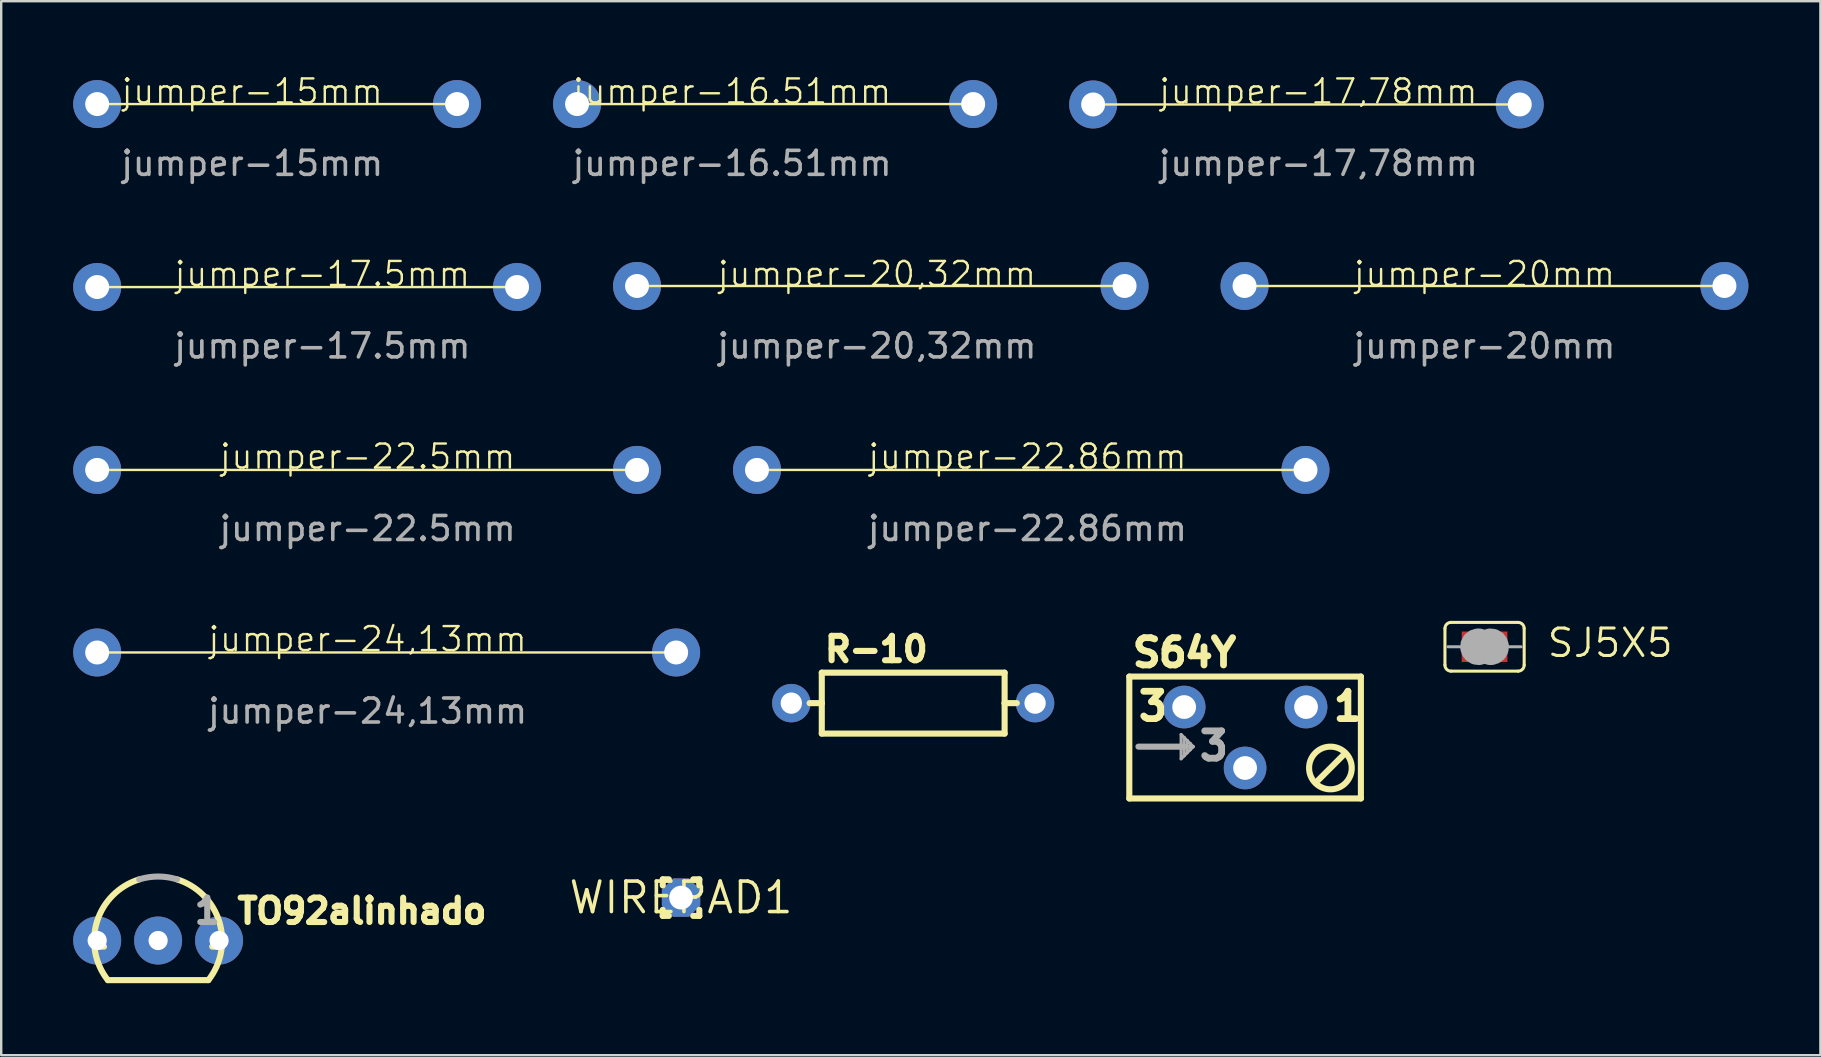
<source format=kicad_pcb>
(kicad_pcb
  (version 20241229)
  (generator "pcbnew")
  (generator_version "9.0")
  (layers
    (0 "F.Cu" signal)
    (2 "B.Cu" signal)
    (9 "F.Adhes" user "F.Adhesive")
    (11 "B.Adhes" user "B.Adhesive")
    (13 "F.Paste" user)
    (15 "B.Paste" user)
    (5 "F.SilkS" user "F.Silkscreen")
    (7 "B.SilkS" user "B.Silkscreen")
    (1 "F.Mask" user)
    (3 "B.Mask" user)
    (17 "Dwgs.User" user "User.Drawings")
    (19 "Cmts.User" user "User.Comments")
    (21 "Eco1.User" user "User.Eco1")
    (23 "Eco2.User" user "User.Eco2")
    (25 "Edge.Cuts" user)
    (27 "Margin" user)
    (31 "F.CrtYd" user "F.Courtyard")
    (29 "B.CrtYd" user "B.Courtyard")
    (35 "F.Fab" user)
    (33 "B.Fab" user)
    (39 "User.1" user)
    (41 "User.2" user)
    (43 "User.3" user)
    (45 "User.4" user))
  (footprint "jumper-24,13mm"
    (layer "F.Cu")
    (at 1 24.144)
    (property "Reference" "jumper-24,13mm" (at 11.272 -0.557 0) (unlocked yes) (layer "F.SilkS") (effects (font (size 1 1) (thickness 0.1))))
    (attr smd)
    (fp_line (start 0 0) (end 24.13 0) (stroke (width 0.1) (type default)) (layer "F.SilkS"))
    (fp_text user "${REFERENCE}" (at 11.272 2.443 0) (unlocked yes) (layer "F.Fab") (effects (font (size 1 1) (thickness 0.15))))
    (pad "1" thru_hole circle (at 0 0) (size 2 2) (drill 1) (layers "*.Cu" "*.Mask"))
    (pad "1" thru_hole circle (at 24.13 0) (size 2 2) (drill 1) (layers "*.Cu" "*.Mask")))
  (footprint "jumper-22.5mm"
    (layer "F.Cu")
    (at 1 16.535)
    (property "Reference" "jumper-22.5mm" (at 11.272 -0.557 0) (unlocked yes) (layer "F.SilkS") (effects (font (size 1 1) (thickness 0.1))))
    (attr smd)
    (fp_line (start 0 0) (end 22.5 0) (stroke (width 0.1) (type default)) (layer "F.SilkS"))
    (fp_text user "${REFERENCE}" (at 11.272 2.443 0) (unlocked yes) (layer "F.Fab") (effects (font (size 1 1) (thickness 0.15))))
    (pad "1" thru_hole circle (at 0 0) (size 2 2) (drill 1) (layers "*.Cu" "*.Mask"))
    (pad "1" thru_hole circle (at 22.5 0) (size 2 2) (drill 1) (layers "*.Cu" "*.Mask")))
  (footprint "jumper-22.86mm"
    (layer "F.Cu")
    (at 28.5 16.535)
    (property "Reference" "jumper-22.86mm" (at 11.272 -0.557 0) (unlocked yes) (layer "F.SilkS") (effects (font (size 1 1) (thickness 0.1))))
    (attr smd)
    (fp_line (start 0 0) (end 22.5 0) (stroke (width 0.1) (type default)) (layer "F.SilkS"))
    (fp_text user "${REFERENCE}" (at 11.272 2.443 0) (unlocked yes) (layer "F.Fab") (effects (font (size 1 1) (thickness 0.15))))
    (pad "1" thru_hole circle (at 0 0) (size 2 2) (drill 1) (layers "*.Cu" "*.Mask"))
    (pad "1" thru_hole circle (at 22.86 0) (size 2 2) (drill 1) (layers "*.Cu" "*.Mask")))
  (footprint "jumper-15mm"
    (layer "F.Cu")
    (at 1 1.287)
    (property "Reference" "jumper-15mm" (at 6.463 -0.527 0) (unlocked yes) (layer "F.SilkS") (effects (font (size 1 1) (thickness 0.1))))
    (attr smd)
    (fp_line (start 0 0) (end 15 0) (stroke (width 0.1) (type default)) (layer "F.SilkS"))
    (fp_text user "${REFERENCE}" (at 6.463 2.473 0) (unlocked yes) (layer "F.Fab") (effects (font (size 1 1) (thickness 0.15))))
    (pad "1" thru_hole circle (at 0 0) (size 2 2) (drill 1) (layers "*.Cu" "*.Mask"))
    (pad "1" thru_hole circle (at 15 0) (size 2 2) (drill 1) (layers "*.Cu" "*.Mask")))
  (footprint "S64Y"
    (layer "F.Cu")
    (at 48.843 27.688)
    (property "Reference" "S64Y" (at -4.826 -2.87 0) (layer "F.SilkS") (effects (font (size 1.138 1.138) (thickness 0.284)) (justify left bottom)))
    (fp_line (start -4.826 2.54) (end -4.826 -2.54) (stroke (width 0.254) (type solid)) (layer "F.SilkS"))
    (fp_line (start -4.826 2.54) (end 4.826 2.54) (stroke (width 0.254) (type solid)) (layer "F.SilkS"))
    (fp_line (start 4.064 0.762) (end 3.048 1.778) (stroke (width 0.254) (type solid)) (layer "F.SilkS"))
    (fp_line (start 4.826 -2.54) (end -4.826 -2.54) (stroke (width 0.254) (type solid)) (layer "F.SilkS"))
    (fp_line (start 4.826 -2.54) (end 4.826 2.54) (stroke (width 0.254) (type solid)) (layer "F.SilkS"))
    (fp_circle (center 3.556 1.27) (end 4.445 1.27) (stroke (width 0.254) (type solid)) (fill no) (layer "F.SilkS"))
    (fp_line (start -4.445 0.381) (end -2.54 0.381) (stroke (width 0.254) (type solid)) (layer "F.Fab"))
    (fp_line (start -2.667 -0.127) (end -2.667 0.889) (stroke (width 0.127) (type solid)) (layer "F.Fab"))
    (fp_line (start -2.667 0.889) (end -2.54 0.762) (stroke (width 0.127) (type solid)) (layer "F.Fab"))
    (fp_line (start -2.54 0) (end -2.667 -0.127) (stroke (width 0.127) (type solid)) (layer "F.Fab"))
    (fp_line (start -2.54 0.381) (end -2.54 0) (stroke (width 0.127) (type solid)) (layer "F.Fab"))
    (fp_line (start -2.54 0.762) (end -2.54 0.381) (stroke (width 0.127) (type solid)) (layer "F.Fab"))
    (fp_line (start -2.413 0.127) (end -2.54 0) (stroke (width 0.127) (type solid)) (layer "F.Fab"))
    (fp_line (start -2.413 0.635) (end -2.54 0.762) (stroke (width 0.127) (type solid)) (layer "F.Fab"))
    (fp_line (start -2.413 0.635) (end -2.413 0.127) (stroke (width 0.127) (type solid)) (layer "F.Fab"))
    (fp_line (start -2.286 0.254) (end -2.413 0.127) (stroke (width 0.127) (type solid)) (layer "F.Fab"))
    (fp_line (start -2.286 0.508) (end -2.413 0.635) (stroke (width 0.127) (type solid)) (layer "F.Fab"))
    (fp_line (start -2.286 0.508) (end -2.286 0.254) (stroke (width 0.127) (type solid)) (layer "F.Fab"))
    (fp_line (start -2.159 0.381) (end -2.54 0.381) (stroke (width 0.127) (type solid)) (layer "F.Fab"))
    (fp_line (start -2.159 0.381) (end -2.286 0.254) (stroke (width 0.127) (type solid)) (layer "F.Fab"))
    (fp_line (start -2.159 0.381) (end -2.286 0.508) (stroke (width 0.127) (type solid)) (layer "F.Fab"))
    (fp_text user "3" (at -4.572 -0.635 0) (layer "F.SilkS") (effects (font (size 1.138 1.138) (thickness 0.284)) (justify left bottom)))
    (fp_text user "1" (at 3.556 -0.635 0) (layer "F.SilkS") (effects (font (size 1.138 1.138) (thickness 0.284)) (justify left bottom)))
    (fp_text user "3" (at -2.032 1.016 0) (layer "F.Fab") (effects (font (size 1.138 1.138) (thickness 0.284)) (justify left bottom)))
    (pad "1" thru_hole circle (at 2.54 -1.27) (size 1.778 1.778) (drill 0.991) (layers "*.Cu" "*.Mask"))
    (pad "2" thru_hole circle (at 0 1.27) (size 1.778 1.778) (drill 0.991) (layers "*.Cu" "*.Mask"))
    (pad "3" thru_hole circle (at -2.54 -1.27) (size 1.778 1.778) (drill 0.991) (layers "*.Cu" "*.Mask")))
  (footprint "WIREPAD1"
    (layer "F.Cu")
    (at 25.334 34.361)
    (property "Reference" "WIREPAD1" (at 0 0 0) (layer "F.SilkS") (effects (font (size 1.27 1.27) (thickness 0.15))))
    (fp_line (start -0.762 -0.762) (end -0.762 -0.508) (stroke (width 0.254) (type solid)) (layer "F.SilkS"))
    (fp_line (start -0.762 -0.762) (end -0.508 -0.762) (stroke (width 0.254) (type solid)) (layer "F.SilkS"))
    (fp_line (start -0.762 0.762) (end -0.762 0.508) (stroke (width 0.254) (type solid)) (layer "F.SilkS"))
    (fp_line (start -0.508 0.762) (end -0.762 0.762) (stroke (width 0.254) (type solid)) (layer "F.SilkS"))
    (fp_line (start 0.762 -0.762) (end 0.508 -0.762) (stroke (width 0.254) (type solid)) (layer "F.SilkS"))
    (fp_line (start 0.762 -0.762) (end 0.762 -0.508) (stroke (width 0.254) (type solid)) (layer "F.SilkS"))
    (fp_line (start 0.762 0.508) (end 0.762 0.762) (stroke (width 0.254) (type solid)) (layer "F.SilkS"))
    (fp_line (start 0.762 0.762) (end 0.508 0.762) (stroke (width 0.254) (type solid)) (layer "F.SilkS"))
    (pad "1" thru_hole roundrect (at 0 0) (size 1.6 1.6) (drill 0.991) (layers "*.Cu" "*.Mask") (roundrect_rratio 0.25) (chamfer_ratio 0.293) (chamfer top_left top_right bottom_left bottom_right)))
  (footprint "R-10"
    (layer "F.Cu")
    (at 35.01 26.255)
    (property "Reference" "R-10" (at -3.81 -1.651 0) (layer "F.SilkS") (effects (font (size 1.016 1.016) (thickness 0.254)) (justify left bottom)))
    (fp_line (start -3.81 -1.27) (end -3.81 0) (stroke (width 0.254) (type solid)) (layer "F.SilkS"))
    (fp_line (start -3.81 0) (end -4.318 0) (stroke (width 0.254) (type solid)) (layer "F.SilkS"))
    (fp_line (start -3.81 0) (end -3.81 1.27) (stroke (width 0.254) (type solid)) (layer "F.SilkS"))
    (fp_line (start -3.81 1.27) (end 3.81 1.27) (stroke (width 0.254) (type solid)) (layer "F.SilkS"))
    (fp_line (start 3.81 -1.27) (end -3.81 -1.27) (stroke (width 0.254) (type solid)) (layer "F.SilkS"))
    (fp_line (start 3.81 0) (end 3.81 -1.27) (stroke (width 0.254) (type solid)) (layer "F.SilkS"))
    (fp_line (start 3.81 0) (end 4.318 0) (stroke (width 0.254) (type solid)) (layer "F.SilkS"))
    (fp_line (start 3.81 1.27) (end 3.81 0) (stroke (width 0.254) (type solid)) (layer "F.SilkS"))
    (pad "1" thru_hole circle (at -5.08 0) (size 1.6 1.6) (drill 0.889) (layers "*.Cu" "*.Mask"))
    (pad "2" thru_hole circle (at 5.08 0) (size 1.6 1.6) (drill 0.889) (layers "*.Cu" "*.Mask")))
  (footprint "jumper-17.5mm"
    (layer "F.Cu")
    (at 1 8.913)
    (property "Reference" "jumper-17.5mm" (at 9.386 -0.544 0) (unlocked yes) (layer "F.SilkS") (effects (font (size 1 1) (thickness 0.1))))
    (attr smd)
    (fp_line (start 0 0) (end 17.5 0) (stroke (width 0.1) (type default)) (layer "F.SilkS"))
    (fp_text user "${REFERENCE}" (at 9.386 2.456 0) (unlocked yes) (layer "F.Fab") (effects (font (size 1 1) (thickness 0.15))))
    (pad "1" thru_hole circle (at 0 0) (size 2 2) (drill 1) (layers "*.Cu" "*.Mask"))
    (pad "1" thru_hole circle (at 17.5 0) (size 2 2) (drill 1) (layers "*.Cu" "*.Mask")))
  (footprint "jumper-16.51mm"
    (layer "F.Cu")
    (at 21 1.287)
    (property "Reference" "jumper-16.51mm" (at 6.463 -0.527 0) (unlocked yes) (layer "F.SilkS") (effects (font (size 1 1) (thickness 0.1))))
    (attr smd)
    (fp_line (start 0 0) (end 16.51 0) (stroke (width 0.1) (type default)) (layer "F.SilkS"))
    (fp_text user "${REFERENCE}" (at 6.463 2.473 0) (unlocked yes) (layer "F.Fab") (effects (font (size 1 1) (thickness 0.15))))
    (pad "1" thru_hole circle (at 0 0) (size 2 2) (drill 1) (layers "*.Cu" "*.Mask"))
    (pad "1" thru_hole circle (at 16.51 0) (size 2 2) (drill 1) (layers "*.Cu" "*.Mask")))
  (footprint "jumper-17,78mm"
    (layer "F.Cu")
    (at 42.51 1.304)
    (property "Reference" "jumper-17,78mm" (at 9.386 -0.544 0) (unlocked yes) (layer "F.SilkS") (effects (font (size 1 1) (thickness 0.1))))
    (attr smd)
    (fp_line (start 0 0) (end 17.5 0) (stroke (width 0.1) (type default)) (layer "F.SilkS"))
    (fp_text user "${REFERENCE}" (at 9.386 2.456 0) (unlocked yes) (layer "F.Fab") (effects (font (size 1 1) (thickness 0.15))))
    (pad "1" thru_hole circle (at 0 0) (size 2 2) (drill 1) (layers "*.Cu" "*.Mask"))
    (pad "1" thru_hole circle (at 17.78 0) (size 2 2) (drill 1) (layers "*.Cu" "*.Mask")))
  (footprint "SJ5X5"
    (layer "F.Cu")
    (at 58.823 23.906)
    (property "Reference" "SJ5X5" (at 2.54 0.508 0) (layer "F.SilkS") (effects (font (size 1.143 1.143) (thickness 0.127)) (justify left bottom)))
    (fp_line (start -1.651 0.762) (end -1.651 -0.762) (stroke (width 0.127) (type solid)) (layer "F.SilkS"))
    (fp_line (start -1.397 -1.016) (end 1.397 -1.016) (stroke (width 0.127) (type solid)) (layer "F.SilkS"))
    (fp_line (start 1.397 1.016) (end -1.397 1.016) (stroke (width 0.127) (type solid)) (layer "F.SilkS"))
    (fp_line (start 1.651 0.762) (end 1.651 -0.762) (stroke (width 0.127) (type solid)) (layer "F.SilkS"))
    (fp_arc (start -1.651 -0.762) (mid -1.576605 -0.941605) (end -1.397 -1.016) (stroke (width 0.127) (type solid)) (layer "F.SilkS"))
    (fp_arc (start -1.397 1.016) (mid -1.576605 0.941605) (end -1.651 0.762) (stroke (width 0.127) (type solid)) (layer "F.SilkS"))
    (fp_arc (start 1.397 -1.016) (mid 1.576605 -0.941605) (end 1.651 -0.762) (stroke (width 0.127) (type solid)) (layer "F.SilkS"))
    (fp_arc (start 1.651 0.762) (mid 1.576605 0.941605) (end 1.397 1.016) (stroke (width 0.127) (type solid)) (layer "F.SilkS"))
    (fp_line (start -1.016 0) (end -1.524 0) (stroke (width 0.127) (type solid)) (layer "F.Fab"))
    (fp_line (start 1.016 0) (end 1.524 0) (stroke (width 0.127) (type solid)) (layer "F.Fab"))
    (fp_arc (start -0.254 0.127) (mid -0.381 0) (end -0.254 -0.127) (stroke (width 1.27) (type solid)) (layer "F.Fab"))
    (fp_arc (start 0.254 -0.127) (mid 0.381 0) (end 0.254 0.127) (stroke (width 1.27) (type solid)) (layer "F.Fab"))
    (pad "1" smd rect (at -0.635 0) (size 0.635 1.27) (layers "F.Cu" "F.Mask" "F.Paste"))
    (pad "2" smd rect (at 0.635 0) (size 0.635 1.27) (layers "F.Cu" "F.Mask" "F.Paste")))
  (footprint "jumper-20mm"
    (layer "F.Cu")
    (at 48.82 8.869)
    (property "Reference" "jumper-20mm" (at 10 -0.5 0) (unlocked yes) (layer "F.SilkS") (effects (font (size 1 1) (thickness 0.1))))
    (attr smd)
    (fp_line (start 0 0) (end 20 0) (stroke (width 0.1) (type default)) (layer "F.SilkS"))
    (fp_text user "${REFERENCE}" (at 10 2.5 0) (unlocked yes) (layer "F.Fab") (effects (font (size 1 1) (thickness 0.15))))
    (pad "1" thru_hole circle (at 0 0) (size 2 2) (drill 1) (layers "*.Cu" "*.Mask"))
    (pad "1" thru_hole circle (at 20 0) (size 2 2) (drill 1) (layers "*.Cu" "*.Mask")))
  (footprint "jumper-20,32mm"
    (layer "F.Cu")
    (at 23.5 8.869)
    (property "Reference" "jumper-20,32mm" (at 10 -0.5 0) (unlocked yes) (layer "F.SilkS") (effects (font (size 1 1) (thickness 0.1))))
    (attr smd)
    (fp_line (start 0 0) (end 20 0) (stroke (width 0.1) (type default)) (layer "F.SilkS"))
    (fp_text user "${REFERENCE}" (at 10 2.5 0) (unlocked yes) (layer "F.Fab") (effects (font (size 1 1) (thickness 0.15))))
    (pad "1" thru_hole circle (at 0 0) (size 2 2) (drill 1) (layers "*.Cu" "*.Mask"))
    (pad "1" thru_hole circle (at 20.32 0) (size 2 2) (drill 1) (layers "*.Cu" "*.Mask")))
  (footprint "TO92alinhado"
    (layer "F.Cu")
    (at 3.54 36.149)
    (property "Reference" "TO92alinhado" (at 3.175 -0.635 0) (layer "F.SilkS") (effects (font (size 1.016 1.016) (thickness 0.254)) (justify left bottom)))
    (fp_line (start -2.655 0.254) (end -2.254 0.254) (stroke (width 0.254) (type solid)) (layer "F.SilkS"))
    (fp_line (start -2.095 1.651) (end 2.095 1.651) (stroke (width 0.254) (type solid)) (layer "F.SilkS"))
    (fp_line (start 2.254 0.254) (end 2.655 0.254) (stroke (width 0.254) (type solid)) (layer "F.SilkS"))
    (fp_arc (start -2.0946 1.651) (mid -2.54634 -0.793276) (end -0.786301 -2.548501) (stroke (width 0.254) (type solid)) (layer "F.SilkS"))
    (fp_arc (start 0.7863 -2.5484) (mid 2.54627 -0.793202) (end 2.0945 1.650999) (stroke (width 0.254) (type solid)) (layer "F.SilkS"))
    (fp_arc (start -0.7863 -2.5485) (mid 0 -2.667043) (end 0.7863 -2.5485) (stroke (width 0.254) (type solid)) (layer "F.Fab"))
    (fp_text user "1" (at 1.397 -0.635 0) (layer "F.Fab") (effects (font (size 1.016 1.016) (thickness 0.254)) (justify left bottom)))
    (pad "1" thru_hole circle (at 2.54 0) (size 2 2) (drill 0.8) (layers "*.Cu" "*.Mask"))
    (pad "2" thru_hole circle (at 0 0) (size 2 2) (drill 0.8) (layers "*.Cu" "*.Mask"))
    (pad "3" thru_hole circle (at -2.54 0) (size 2 2) (drill 0.8) (layers "*.Cu" "*.Mask")))
  (gr_rect
    (start -3 -3)
    (end 72.82 40.927)
    (stroke (width 0.1) (type default))
    (fill no)
    (layer "Edge.Cuts")))
</source>
